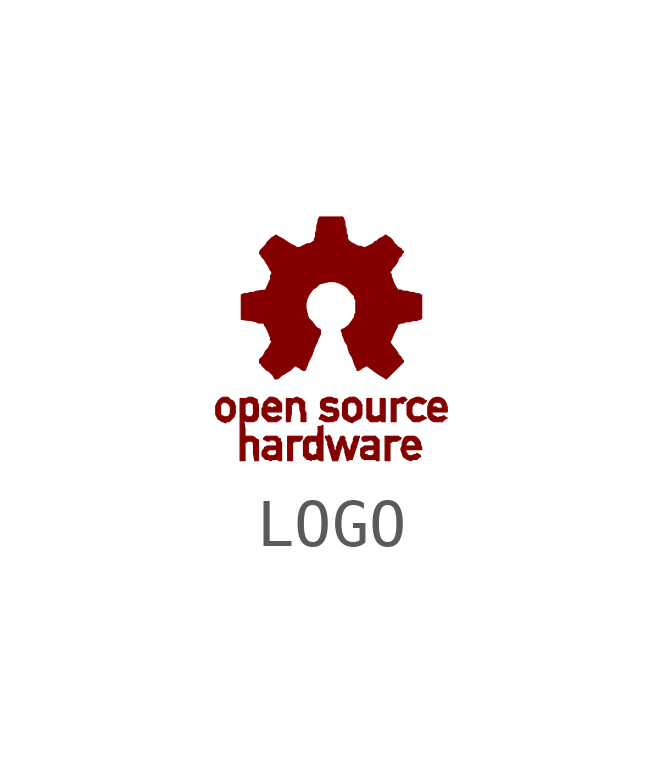
<source format=kicad_sym>
(kicad_symbol_lib
  (version 20220914)
  (generator kicad_symbol_editor)
  (symbol "LOGO"
    (pin_names
      (offset 1.016))
    (property "Reference" "#G"
      (at 0 -1.778 0)
      (effects (font (size 1.524 1.524)) hide))
    (symbol "LOGO_0_0"
      (polyline (pts (xy -0.813 -2.159) (xy -0.787 -2.159) (xy -0.787 -2.134) (xy -0.66 -2.134) (xy -0.61 -2.083) (xy -0.61 -2.032) (xy -0.787 -2.032) (xy -0.787 -2.057) (xy -0.813 -2.057) (xy -0.813 -2.032) (xy -0.914 -2.032) (xy -0.914 -2.54) (xy -0.813 -2.54) (xy -0.813 -2.159)) (stroke (width 0.025) (type solid)) (fill (type outline)))
      (polyline (pts (xy 0.991 -1.702) (xy 1.016 -1.702) (xy 1.041 -1.727) (xy 1.118 -1.727) (xy 1.118 -1.245) (xy 1.016 -1.245) (xy 1.016 -1.6) (xy 0.991 -1.6) (xy 0.94 -1.626) (xy 0.889 -1.626) (xy 0.864 -1.6) (xy 0.838 -1.6) (xy 0.838 -1.245) (xy 0.737 -1.245) (xy 0.737 -1.651) (xy 0.813 -1.727) (xy 0.965 -1.727) (xy 0.991 -1.702)) (stroke (width 0.025) (type solid)) (fill (type outline)))
      (polyline (pts (xy 1.219 -2.159) (xy 1.245 -2.159) (xy 1.27 -2.134) (xy 1.372 -2.134) (xy 1.397 -2.108) (xy 1.422 -2.108) (xy 1.448 -2.083) (xy 1.448 -2.057) (xy 1.422 -2.057) (xy 1.397 -2.032) (xy 1.245 -2.032) (xy 1.245 -2.057) (xy 1.219 -2.057) (xy 1.219 -2.032) (xy 1.118 -2.032) (xy 1.118 -2.54) (xy 1.219 -2.54) (xy 1.219 -2.159)) (stroke (width 0.025) (type solid)) (fill (type outline)))
      (polyline (pts (xy 1.346 -1.372) (xy 1.372 -1.346) (xy 1.397 -1.346) (xy 1.422 -1.321) (xy 1.473 -1.346) (xy 1.499 -1.346) (xy 1.499 -1.321) (xy 1.524 -1.295) (xy 1.549 -1.295) (xy 1.549 -1.27) (xy 1.575 -1.27) (xy 1.524 -1.219) (xy 1.473 -1.219) (xy 1.422 -1.245) (xy 1.346 -1.27) (xy 1.346 -1.245) (xy 1.245 -1.245) (xy 1.245 -1.727) (xy 1.346 -1.727) (xy 1.346 -1.372)) (stroke (width 0.025) (type solid)) (fill (type outline)))
      (polyline (pts (xy -0.838 -1.549) (xy -0.838 -1.372) (xy -0.813 -1.372) (xy -0.813 -1.346) (xy -0.762 -1.321) (xy -0.711 -1.321) (xy -0.66 -1.372) (xy -0.66 -1.473) (xy -0.635 -1.549) (xy -0.635 -1.727) (xy -0.533 -1.727) (xy -0.533 -1.549) (xy -0.559 -1.499) (xy -0.559 -1.321) (xy -0.635 -1.245) (xy -0.66 -1.245) (xy -0.711 -1.219) (xy -0.737 -1.219) (xy -0.838 -1.27) (xy -0.838 -1.245) (xy -0.94 -1.245) (xy -0.94 -1.727) (xy -0.864 -1.727) (xy -0.838 -1.549)) (stroke (width 0.025) (type solid)) (fill (type outline)))
      (polyline (pts (xy 1.981 -1.651) (xy 1.93 -1.626) (xy 1.905 -1.6) (xy 1.88 -1.6) (xy 1.854 -1.626) (xy 1.727 -1.626) (xy 1.702 -1.6) (xy 1.676 -1.549) (xy 1.676 -1.422) (xy 1.702 -1.372) (xy 1.753 -1.321) (xy 1.803 -1.321) (xy 1.854 -1.346) (xy 1.88 -1.346) (xy 1.905 -1.372) (xy 1.905 -1.346) (xy 1.93 -1.346) (xy 1.981 -1.295) (xy 1.93 -1.27) (xy 1.905 -1.245) (xy 1.829 -1.219) (xy 1.778 -1.219) (xy 1.702 -1.245) (xy 1.651 -1.27) (xy 1.575 -1.346) (xy 1.575 -1.575) (xy 1.6 -1.626) (xy 1.702 -1.727) (xy 1.829 -1.727) (xy 1.981 -1.651)) (stroke (width 0.025) (type solid)) (fill (type outline)))
      (polyline (pts (xy -2.184 -1.727) (xy -2.134 -1.727) (xy -2.032 -1.626) (xy -2.007 -1.549) (xy -2.007 -1.397) (xy -2.032 -1.321) (xy -2.057 -1.295) (xy -2.108 -1.27) (xy -2.159 -1.219) (xy -2.261 -1.219) (xy -2.311 -1.245) (xy -2.362 -1.295) (xy -2.413 -1.397) (xy -2.413 -1.575) (xy -2.311 -1.575) (xy -2.311 -1.372) (xy -2.261 -1.321) (xy -2.21 -1.321) (xy -2.159 -1.346) (xy -2.134 -1.372) (xy -2.108 -1.422) (xy -2.108 -1.549) (xy -2.134 -1.6) (xy -2.159 -1.626) (xy -2.235 -1.626) (xy -2.286 -1.6) (xy -2.311 -1.575) (xy -2.413 -1.575) (xy -2.362 -1.676) (xy -2.311 -1.702) (xy -2.286 -1.727) (xy -2.261 -1.727) (xy -2.21 -1.753) (xy -2.184 -1.727)) (stroke (width 0.025) (type solid)) (fill (type outline)))
      (polyline (pts (xy 0.991 -2.108) (xy 0.914 -2.032) (xy 0.686 -2.032) (xy 0.635 -2.057) (xy 0.635 -2.108) (xy 0.66 -2.134) (xy 0.737 -2.134) (xy 0.787 -2.108) (xy 0.838 -2.108) (xy 0.889 -2.159) (xy 0.889 -2.235) (xy 0.686 -2.235) (xy 0.66 -2.261) (xy 0.61 -2.286) (xy 0.61 -2.413) (xy 0.686 -2.413) (xy 0.686 -2.362) (xy 0.711 -2.337) (xy 0.762 -2.311) (xy 0.889 -2.311) (xy 0.889 -2.413) (xy 0.864 -2.413) (xy 0.864 -2.438) (xy 0.762 -2.438) (xy 0.737 -2.413) (xy 0.686 -2.413) (xy 0.61 -2.413) (xy 0.61 -2.438) (xy 0.635 -2.489) (xy 0.686 -2.515) (xy 0.914 -2.515) (xy 0.94 -2.54) (xy 0.991 -2.54) (xy 0.991 -2.108)) (stroke (width 0.025) (type solid)) (fill (type outline)))
      (polyline (pts (xy -0.178 -1.803) (xy -0.229 -1.829) (xy -0.279 -1.829) (xy -0.279 -1.956) (xy -0.305 -2.057) (xy -0.33 -2.032) (xy -0.483 -2.032) (xy -0.533 -2.057) (xy -0.559 -2.108) (xy -0.584 -2.134) (xy -0.584 -2.388) (xy -0.483 -2.388) (xy -0.483 -2.184) (xy -0.432 -2.134) (xy -0.33 -2.134) (xy -0.305 -2.159) (xy -0.305 -2.21) (xy -0.279 -2.261) (xy -0.305 -2.311) (xy -0.305 -2.413) (xy -0.356 -2.413) (xy -0.381 -2.438) (xy -0.432 -2.413) (xy -0.457 -2.388) (xy -0.483 -2.388) (xy -0.584 -2.388) (xy -0.584 -2.438) (xy -0.508 -2.515) (xy -0.457 -2.515) (xy -0.432 -2.54) (xy -0.406 -2.515) (xy -0.33 -2.515) (xy -0.305 -2.489) (xy -0.279 -2.515) (xy -0.229 -2.54) (xy -0.178 -2.54) (xy -0.178 -1.803)) (stroke (width 0.025) (type solid)) (fill (type outline)))
      (polyline (pts (xy 0.457 -1.727) (xy 0.61 -1.651) (xy 0.61 -1.626) (xy 0.635 -1.575) (xy 0.635 -1.372) (xy 0.61 -1.346) (xy 0.61 -1.321) (xy 0.533 -1.245) (xy 0.483 -1.219) (xy 0.381 -1.219) (xy 0.279 -1.27) (xy 0.254 -1.321) (xy 0.229 -1.346) (xy 0.229 -1.575) (xy 0.33 -1.575) (xy 0.33 -1.372) (xy 0.381 -1.321) (xy 0.457 -1.321) (xy 0.508 -1.346) (xy 0.508 -1.372) (xy 0.533 -1.397) (xy 0.533 -1.549) (xy 0.508 -1.575) (xy 0.508 -1.6) (xy 0.457 -1.626) (xy 0.432 -1.651) (xy 0.381 -1.626) (xy 0.33 -1.575) (xy 0.229 -1.575) (xy 0.229 -1.6) (xy 0.254 -1.651) (xy 0.279 -1.676) (xy 0.33 -1.702) (xy 0.356 -1.727) (xy 0.381 -1.727) (xy 0.432 -1.753) (xy 0.457 -1.727)) (stroke (width 0.025) (type solid)) (fill (type outline)))
      (polyline (pts (xy -1.067 -1.676) (xy -1.041 -1.651) (xy -1.067 -1.626) (xy -1.092 -1.626) (xy -1.118 -1.6) (xy -1.143 -1.626) (xy -1.168 -1.626) (xy -1.219 -1.651) (xy -1.321 -1.6) (xy -1.346 -1.575) (xy -1.346 -1.524) (xy -1.041 -1.524) (xy -1.041 -1.346) (xy -1.143 -1.245) (xy -1.219 -1.219) (xy -1.295 -1.219) (xy -1.397 -1.321) (xy -1.422 -1.372) (xy -1.422 -1.422) (xy -1.346 -1.422) (xy -1.346 -1.397) (xy -1.321 -1.346) (xy -1.27 -1.321) (xy -1.219 -1.321) (xy -1.194 -1.346) (xy -1.143 -1.372) (xy -1.143 -1.422) (xy -1.194 -1.422) (xy -1.245 -1.448) (xy -1.27 -1.422) (xy -1.346 -1.422) (xy -1.422 -1.422) (xy -1.448 -1.448) (xy -1.448 -1.575) (xy -1.422 -1.626) (xy -1.321 -1.727) (xy -1.143 -1.727) (xy -1.067 -1.676)) (stroke (width 0.025) (type solid)) (fill (type outline)))
      (polyline (pts (xy 2.362 -1.676) (xy 2.413 -1.651) (xy 2.362 -1.626) (xy 2.337 -1.6) (xy 2.311 -1.626) (xy 2.261 -1.626) (xy 2.21 -1.651) (xy 2.184 -1.626) (xy 2.159 -1.626) (xy 2.134 -1.6) (xy 2.108 -1.6) (xy 2.108 -1.575) (xy 2.083 -1.549) (xy 2.108 -1.524) (xy 2.413 -1.524) (xy 2.413 -1.422) (xy 2.388 -1.346) (xy 2.362 -1.295) (xy 2.311 -1.245) (xy 2.235 -1.219) (xy 2.184 -1.219) (xy 2.108 -1.245) (xy 2.057 -1.295) (xy 2.032 -1.346) (xy 2.007 -1.422) (xy 2.108 -1.422) (xy 2.108 -1.372) (xy 2.159 -1.321) (xy 2.261 -1.321) (xy 2.286 -1.346) (xy 2.311 -1.397) (xy 2.311 -1.448) (xy 2.21 -1.448) (xy 2.184 -1.422) (xy 2.108 -1.422) (xy 2.007 -1.422) (xy 2.007 -1.575) (xy 2.032 -1.651) (xy 2.083 -1.702) (xy 2.134 -1.727) (xy 2.311 -1.727) (xy 2.362 -1.676)) (stroke (width 0.025) (type solid)) (fill (type outline)))
      (polyline (pts (xy 0.076 -1.702) (xy 0.102 -1.702) (xy 0.152 -1.6) (xy 0.152 -1.524) (xy 0.127 -1.473) (xy 0.102 -1.448) (xy 0.051 -1.448) (xy 0 -1.422) (xy -0.076 -1.422) (xy -0.127 -1.397) (xy -0.127 -1.346) (xy -0.102 -1.321) (xy 0 -1.321) (xy 0.051 -1.346) (xy 0.102 -1.346) (xy 0.102 -1.321) (xy 0.127 -1.321) (xy 0.127 -1.27) (xy 0.102 -1.245) (xy 0.051 -1.245) (xy 0 -1.219) (xy -0.076 -1.219) (xy -0.152 -1.245) (xy -0.203 -1.27) (xy -0.229 -1.321) (xy -0.229 -1.422) (xy -0.203 -1.473) (xy -0.102 -1.524) (xy 0.025 -1.524) (xy 0.051 -1.549) (xy 0.051 -1.6) (xy 0.025 -1.626) (xy -0.025 -1.626) (xy -0.051 -1.651) (xy -0.203 -1.575) (xy -0.229 -1.6) (xy -0.229 -1.626) (xy -0.254 -1.651) (xy -0.254 -1.676) (xy -0.229 -1.676) (xy -0.127 -1.727) (xy 0.025 -1.727) (xy 0.076 -1.702)) (stroke (width 0.025) (type solid)) (fill (type outline)))
      (polyline (pts (xy 1.702 -2.515) (xy 1.778 -2.515) (xy 1.829 -2.464) (xy 1.854 -2.464) (xy 1.854 -2.438) (xy 1.829 -2.413) (xy 1.778 -2.388) (xy 1.753 -2.413) (xy 1.727 -2.413) (xy 1.676 -2.438) (xy 1.626 -2.438) (xy 1.575 -2.413) (xy 1.575 -2.388) (xy 1.549 -2.362) (xy 1.549 -2.311) (xy 1.88 -2.311) (xy 1.88 -2.261) (xy 1.854 -2.21) (xy 1.854 -2.159) (xy 1.803 -2.083) (xy 1.778 -2.057) (xy 1.727 -2.032) (xy 1.575 -2.032) (xy 1.524 -2.057) (xy 1.499 -2.108) (xy 1.473 -2.184) (xy 1.473 -2.235) (xy 1.549 -2.235) (xy 1.549 -2.21) (xy 1.575 -2.159) (xy 1.6 -2.134) (xy 1.651 -2.108) (xy 1.702 -2.134) (xy 1.727 -2.159) (xy 1.753 -2.21) (xy 1.778 -2.235) (xy 1.549 -2.235) (xy 1.473 -2.235) (xy 1.448 -2.286) (xy 1.448 -2.311) (xy 1.499 -2.464) (xy 1.549 -2.489) (xy 1.575 -2.515) (xy 1.651 -2.54) (xy 1.702 -2.515)) (stroke (width 0.025) (type solid)) (fill (type outline)))
      (polyline (pts (xy -1.041 -2.159) (xy -1.067 -2.134) (xy -1.067 -2.083) (xy -1.092 -2.083) (xy -1.143 -2.032) (xy -1.372 -2.032) (xy -1.422 -2.083) (xy -1.397 -2.108) (xy -1.372 -2.108) (xy -1.346 -2.134) (xy -1.295 -2.134) (xy -1.295 -2.108) (xy -1.194 -2.108) (xy -1.143 -2.159) (xy -1.143 -2.235) (xy -1.346 -2.235) (xy -1.372 -2.261) (xy -1.397 -2.261) (xy -1.397 -2.286) (xy -1.422 -2.311) (xy -1.448 -2.362) (xy -1.448 -2.413) (xy -1.346 -2.413) (xy -1.346 -2.337) (xy -1.321 -2.337) (xy -1.295 -2.311) (xy -1.143 -2.311) (xy -1.143 -2.388) (xy -1.194 -2.438) (xy -1.295 -2.438) (xy -1.321 -2.413) (xy -1.346 -2.413) (xy -1.448 -2.413) (xy -1.448 -2.438) (xy -1.372 -2.515) (xy -1.321 -2.515) (xy -1.27 -2.54) (xy -1.219 -2.515) (xy -1.168 -2.515) (xy -1.168 -2.489) (xy -1.143 -2.489) (xy -1.143 -2.515) (xy -1.118 -2.515) (xy -1.092 -2.54) (xy -1.041 -2.54) (xy -1.041 -2.159)) (stroke (width 0.025) (type solid)) (fill (type outline)))
      (polyline (pts (xy -1.803 -2.159) (xy -1.778 -2.159) (xy -1.753 -2.134) (xy -1.651 -2.134) (xy -1.626 -2.184) (xy -1.626 -2.388) (xy -1.6 -2.54) (xy -1.524 -2.54) (xy -1.524 -2.108) (xy -1.575 -2.083) (xy -1.6 -2.057) (xy -1.651 -2.032) (xy -1.778 -2.032) (xy -1.803 -2.057) (xy -1.803 -1.88) (xy -1.829 -1.702) (xy -1.753 -1.727) (xy -1.626 -1.727) (xy -1.575 -1.702) (xy -1.549 -1.676) (xy -1.549 -1.651) (xy -1.524 -1.626) (xy -1.524 -1.372) (xy -1.549 -1.321) (xy -1.549 -1.27) (xy -1.651 -1.219) (xy -1.727 -1.219) (xy -1.778 -1.245) (xy -1.803 -1.27) (xy -1.803 -1.245) (xy -1.905 -1.245) (xy -1.905 -1.575) (xy -1.803 -1.575) (xy -1.803 -1.372) (xy -1.778 -1.346) (xy -1.727 -1.321) (xy -1.702 -1.321) (xy -1.651 -1.346) (xy -1.626 -1.372) (xy -1.626 -1.575) (xy -1.651 -1.6) (xy -1.651 -1.626) (xy -1.753 -1.626) (xy -1.803 -1.575) (xy -1.905 -1.575) (xy -1.905 -2.54) (xy -1.803 -2.54) (xy -1.803 -2.159)) (stroke (width 0.025) (type solid)) (fill (type outline)))
      (polyline (pts (xy 0.178 -2.362) (xy 0.178 -2.337) (xy 0.203 -2.286) (xy 0.203 -2.235) (xy 0.229 -2.21) (xy 0.279 -2.311) (xy 0.279 -2.362) (xy 0.33 -2.54) (xy 0.381 -2.515) (xy 0.432 -2.515) (xy 0.508 -2.286) (xy 0.584 -2.032) (xy 0.483 -2.032) (xy 0.457 -2.083) (xy 0.457 -2.134) (xy 0.432 -2.184) (xy 0.406 -2.261) (xy 0.406 -2.311) (xy 0.381 -2.337) (xy 0.356 -2.311) (xy 0.33 -2.261) (xy 0.305 -2.184) (xy 0.305 -2.159) (xy 0.279 -2.108) (xy 0.279 -2.057) (xy 0.254 -2.032) (xy 0.203 -2.032) (xy 0.178 -2.057) (xy 0.178 -2.083) (xy 0.127 -2.184) (xy 0.127 -2.21) (xy 0.102 -2.261) (xy 0.102 -2.311) (xy 0.076 -2.337) (xy 0.051 -2.311) (xy 0.051 -2.261) (xy 0 -2.108) (xy 0 -2.083) (xy -0.025 -2.032) (xy -0.051 -2.032) (xy -0.051 -2.007) (xy -0.076 -2.032) (xy -0.127 -2.032) (xy -0.127 -2.057) (xy -0.076 -2.159) (xy -0.076 -2.21) (xy -0.051 -2.286) (xy 0.025 -2.54) (xy 0.127 -2.54) (xy 0.178 -2.362)) (stroke (width 0.025) (type solid)) (fill (type outline)))
      (polyline (pts (xy -1.092 -0.813) (xy -1.041 -0.762) (xy -0.991 -0.737) (xy -0.914 -0.686) (xy -0.864 -0.66) (xy -0.762 -0.559) (xy -0.66 -0.61) (xy -0.635 -0.635) (xy -0.584 -0.66) (xy -0.559 -0.66) (xy -0.533 -0.635) (xy -0.533 -0.61) (xy -0.508 -0.559) (xy -0.483 -0.483) (xy -0.406 -0.33) (xy -0.356 -0.178) (xy -0.305 -0.076) (xy -0.279 0) (xy -0.229 0.102) (xy -0.229 0.178) (xy -0.254 0.203) (xy -0.305 0.229) (xy -0.33 0.254) (xy -0.406 0.356) (xy -0.483 0.432) (xy -0.533 0.635) (xy -0.533 0.737) (xy -0.508 0.838) (xy -0.457 0.94) (xy -0.381 1.041) (xy -0.33 1.067) (xy -0.254 1.143) (xy -0.051 1.194) (xy 0.051 1.194) (xy 0.152 1.168) (xy 0.254 1.118) (xy 0.33 1.067) (xy 0.406 0.965) (xy 0.483 0.889) (xy 0.483 0.838) (xy 0.508 0.813) (xy 0.508 0.533) (xy 0.483 0.508) (xy 0.483 0.457) (xy 0.432 0.381) (xy 0.356 0.279) (xy 0.254 0.203) (xy 0.229 0.203) (xy 0.203 0.178) (xy 0.203 0.152) (xy 0.229 0.127) (xy 0.229 0.076) (xy 0.254 0.025) (xy 0.279 -0.051) (xy 0.33 -0.127) (xy 0.356 -0.229) (xy 0.381 -0.305) (xy 0.432 -0.381) (xy 0.483 -0.533) (xy 0.533 -0.635) (xy 0.533 -0.66) (xy 0.559 -0.66) (xy 0.61 -0.635) (xy 0.635 -0.61) (xy 0.737 -0.559) (xy 0.94 -0.711) (xy 1.143 -0.838) (xy 1.499 -0.483) (xy 1.499 -0.457) (xy 1.473 -0.432) (xy 1.448 -0.381) (xy 1.397 -0.33) (xy 1.372 -0.279) (xy 1.219 -0.076) (xy 1.295 0.102) (xy 1.372 0.254) (xy 1.372 0.305) (xy 1.397 0.305) (xy 1.448 0.33) (xy 1.499 0.33) (xy 1.549 0.356) (xy 1.626 0.356) (xy 1.702 0.381) (xy 1.778 0.381) (xy 1.829 0.406) (xy 1.854 0.406) (xy 1.88 0.432) (xy 1.88 0.914) (xy 1.854 0.914) (xy 1.829 0.94) (xy 1.778 0.94) (xy 1.702 0.965) (xy 1.651 0.965) (xy 1.575 0.991) (xy 1.499 0.991) (xy 1.448 1.016) (xy 1.372 1.016) (xy 1.372 1.041) (xy 1.346 1.067) (xy 1.295 1.168) (xy 1.27 1.245) (xy 1.245 1.295) (xy 1.245 1.346) (xy 1.219 1.372) (xy 1.219 1.397) (xy 1.245 1.422) (xy 1.27 1.473) (xy 1.321 1.524) (xy 1.372 1.6) (xy 1.397 1.676) (xy 1.448 1.727) (xy 1.473 1.778) (xy 1.499 1.803) (xy 1.499 1.829) (xy 1.473 1.829) (xy 1.448 1.88) (xy 1.397 1.905) (xy 1.295 2.007) (xy 1.27 2.057) (xy 1.219 2.108) (xy 1.168 2.134) (xy 1.143 2.159) (xy 1.118 2.159) (xy 1.092 2.134) (xy 0.991 2.083) (xy 0.94 2.032) (xy 0.914 2.032) (xy 0.864 1.981) (xy 0.711 1.905) (xy 0.711 1.88) (xy 0.686 1.905) (xy 0.66 1.905) (xy 0.61 1.93) (xy 0.559 1.93) (xy 0.406 2.007) (xy 0.381 2.032) (xy 0.356 2.032) (xy 0.356 2.057) (xy 0.33 2.083) (xy 0.33 2.159) (xy 0.305 2.21) (xy 0.305 2.286) (xy 0.279 2.362) (xy 0.279 2.438) (xy 0.254 2.489) (xy 0.254 2.515) (xy 0.229 2.54) (xy -0.254 2.54) (xy -0.254 2.515) (xy -0.279 2.489) (xy -0.279 2.438) (xy -0.305 2.362) (xy -0.305 2.286) (xy -0.33 2.21) (xy -0.33 2.134) (xy -0.356 2.083) (xy -0.356 2.032) (xy -0.381 2.032) (xy -0.406 2.007) (xy -0.457 1.981) (xy -0.508 1.981) (xy -0.66 1.905) (xy -0.686 1.905) (xy -0.711 1.88) (xy -0.711 1.905) (xy -0.737 1.905) (xy -0.762 1.93) (xy -0.864 1.981) (xy -1.016 2.083) (xy -1.118 2.134) (xy -1.143 2.159) (xy -1.168 2.159) (xy -1.194 2.134) (xy -1.245 2.108) (xy -1.346 2.007) (xy -1.372 1.956) (xy -1.473 1.854) (xy -1.499 1.803) (xy -1.499 1.778) (xy -1.473 1.753) (xy -1.448 1.702) (xy -1.397 1.651) (xy -1.372 1.6) (xy -1.321 1.524) (xy -1.27 1.422) (xy -1.245 1.397) (xy -1.245 1.346) (xy -1.27 1.321) (xy -1.27 1.245) (xy -1.295 1.194) (xy -1.372 1.016) (xy -1.575 0.991) (xy -1.626 0.965) (xy -1.702 0.965) (xy -1.753 0.94) (xy -1.829 0.94) (xy -1.88 0.914) (xy -1.88 0.406) (xy -1.702 0.381) (xy -1.676 0.381) (xy -1.575 0.356) (xy -1.524 0.33) (xy -1.422 0.33) (xy -1.397 0.305) (xy -1.397 0.279) (xy -1.372 0.254) (xy -1.321 0.152) (xy -1.295 0.076) (xy -1.27 0.025) (xy -1.27 -0.025) (xy -1.245 -0.051) (xy -1.245 -0.076) (xy -1.27 -0.102) (xy -1.321 -0.203) (xy -1.372 -0.254) (xy -1.422 -0.356) (xy -1.499 -0.432) (xy -1.499 -0.508) (xy -1.473 -0.508) (xy -1.448 -0.559) (xy -1.346 -0.66) (xy -1.321 -0.66) (xy -1.219 -0.762) (xy -1.194 -0.813) (xy -1.168 -0.838) (xy -1.143 -0.838) (xy -1.092 -0.813)) (stroke (width 0.025) (type solid)) (fill (type outline))))))
</source>
